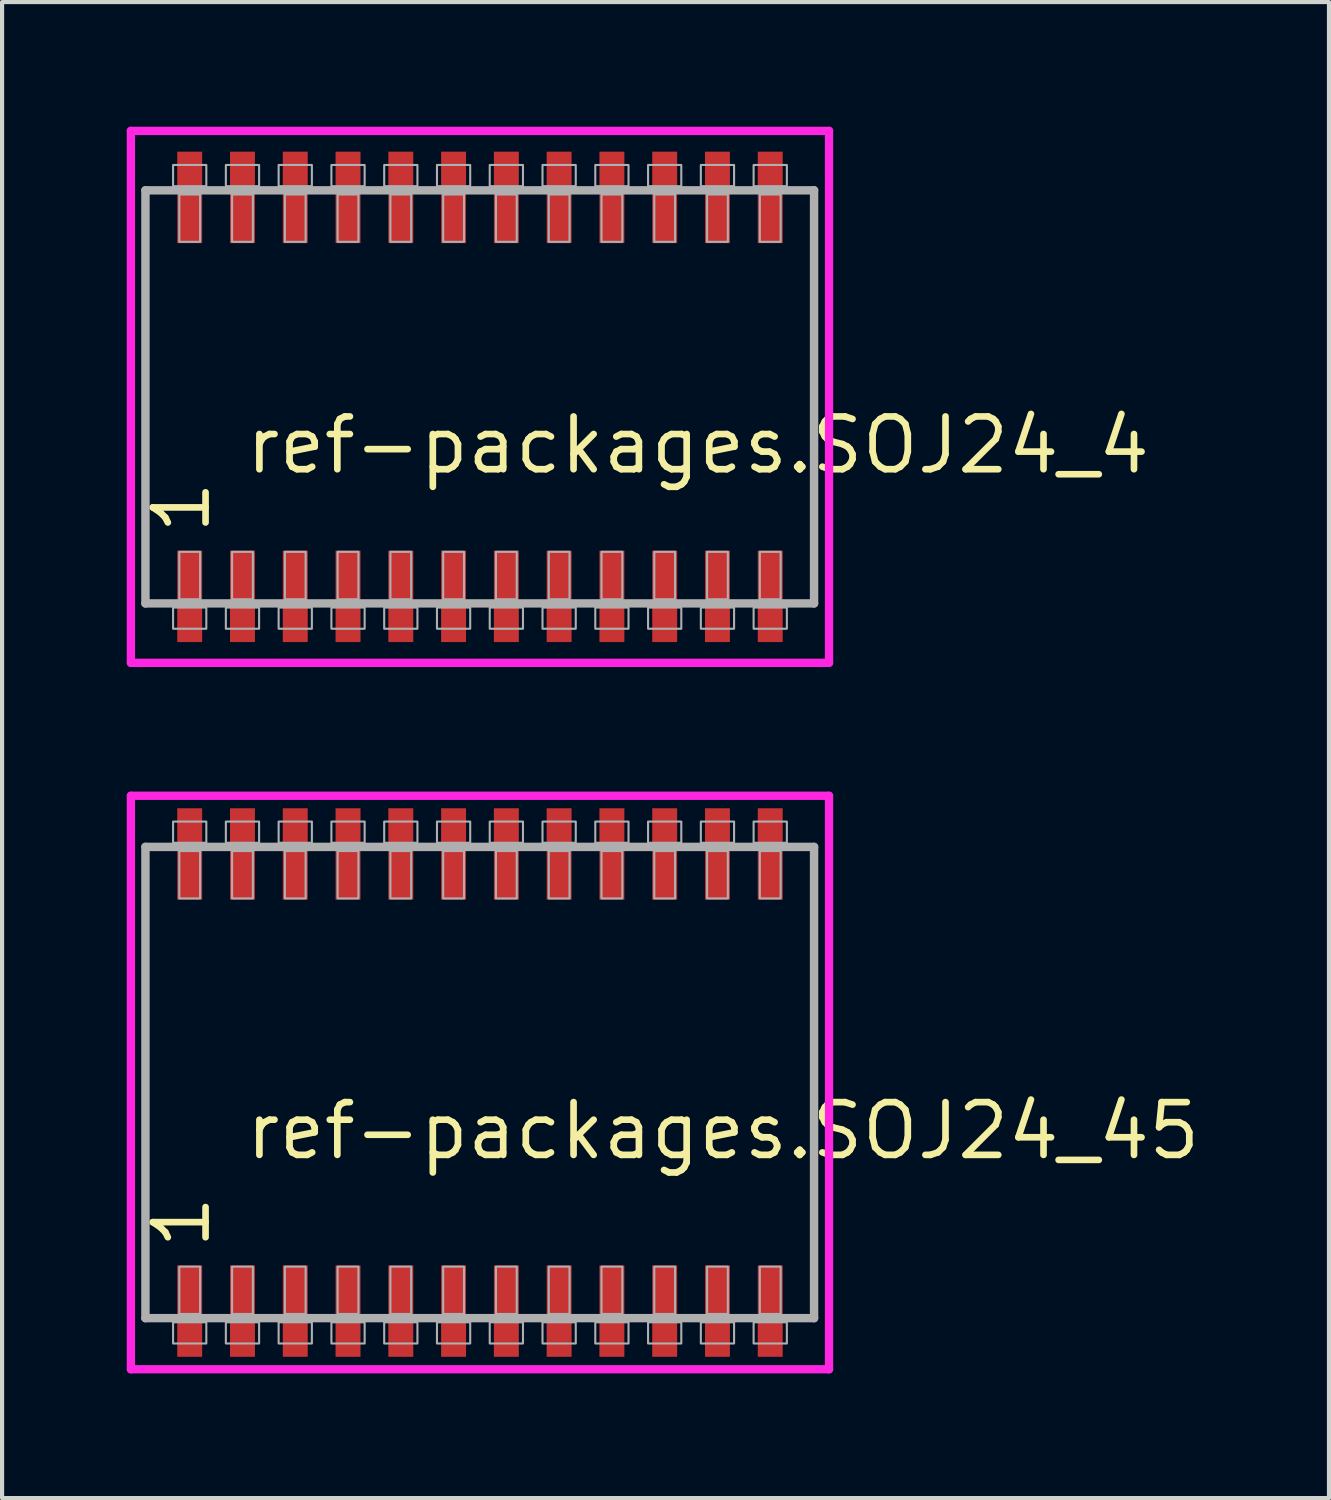
<source format=kicad_pcb>
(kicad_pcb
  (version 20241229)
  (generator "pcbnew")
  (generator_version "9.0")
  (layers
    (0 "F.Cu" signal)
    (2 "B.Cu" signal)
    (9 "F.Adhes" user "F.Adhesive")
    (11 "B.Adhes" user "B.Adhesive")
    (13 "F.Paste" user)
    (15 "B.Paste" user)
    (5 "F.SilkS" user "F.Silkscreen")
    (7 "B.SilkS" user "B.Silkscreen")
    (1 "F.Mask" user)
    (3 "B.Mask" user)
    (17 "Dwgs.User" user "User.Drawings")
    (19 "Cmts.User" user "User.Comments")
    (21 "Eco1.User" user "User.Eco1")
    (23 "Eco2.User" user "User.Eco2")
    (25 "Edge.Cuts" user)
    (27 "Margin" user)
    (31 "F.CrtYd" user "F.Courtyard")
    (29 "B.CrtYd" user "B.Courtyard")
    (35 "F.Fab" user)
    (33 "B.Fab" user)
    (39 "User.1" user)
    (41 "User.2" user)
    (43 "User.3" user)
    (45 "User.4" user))
  (footprint "ref-packages.SOJ24_4"
    (layer "F.Cu")
    (at 8.5 6.5)
    (property "Reference" "ref-packages.SOJ24_4" (at -5.715 1.905 0) (layer "F.SilkS") (effects (font (size 1.27 1.27) (thickness 0.16)) (justify left bottom)))
    (attr smd)
    (fp_line (start -8.4 -6.4) (end 8.4 -6.4) (stroke (width 0.2) (type default)) (layer "F.CrtYd"))
    (fp_line (start -8.4 6.4) (end -8.4 -6.4) (stroke (width 0.2) (type default)) (layer "F.CrtYd"))
    (fp_line (start 8.4 -6.4) (end 8.4 6.4) (stroke (width 0.2) (type default)) (layer "F.CrtYd"))
    (fp_line (start 8.4 6.4) (end -8.4 6.4) (stroke (width 0.2) (type default)) (layer "F.CrtYd"))
    (fp_line (start -8.05 -4.97) (end 8.04 -4.97) (stroke (width 0.203) (type default)) (layer "F.Fab"))
    (fp_line (start -8.05 4.97) (end -8.05 -4.97) (stroke (width 0.203) (type default)) (layer "F.Fab"))
    (fp_line (start 8.04 -4.97) (end 8.04 4.97) (stroke (width 0.203) (type default)) (layer "F.Fab"))
    (fp_line (start 8.04 4.97) (end -8.05 4.97) (stroke (width 0.203) (type default)) (layer "F.Fab"))
    (fp_rect (start -7.385 -5.07) (end -6.585 -5.58) (stroke (width 0.05) (type default)) (fill no) (layer "F.Fab"))
    (fp_rect (start -7.385 5.58) (end -6.585 5.07) (stroke (width 0.05) (type default)) (fill no) (layer "F.Fab"))
    (fp_rect (start -7.235 -3.73) (end -6.735 -4.87) (stroke (width 0.05) (type default)) (fill no) (layer "F.Fab"))
    (fp_rect (start -7.235 4.87) (end -6.735 3.73) (stroke (width 0.05) (type default)) (fill no) (layer "F.Fab"))
    (fp_rect (start -6.115 -5.07) (end -5.315 -5.58) (stroke (width 0.05) (type default)) (fill no) (layer "F.Fab"))
    (fp_rect (start -6.115 5.58) (end -5.315 5.07) (stroke (width 0.05) (type default)) (fill no) (layer "F.Fab"))
    (fp_rect (start -5.965 -3.73) (end -5.465 -4.87) (stroke (width 0.05) (type default)) (fill no) (layer "F.Fab"))
    (fp_rect (start -5.965 4.87) (end -5.465 3.73) (stroke (width 0.05) (type default)) (fill no) (layer "F.Fab"))
    (fp_rect (start -4.845 -5.07) (end -4.045 -5.58) (stroke (width 0.05) (type default)) (fill no) (layer "F.Fab"))
    (fp_rect (start -4.845 5.58) (end -4.045 5.07) (stroke (width 0.05) (type default)) (fill no) (layer "F.Fab"))
    (fp_rect (start -4.695 -3.73) (end -4.195 -4.87) (stroke (width 0.05) (type default)) (fill no) (layer "F.Fab"))
    (fp_rect (start -4.695 4.87) (end -4.195 3.73) (stroke (width 0.05) (type default)) (fill no) (layer "F.Fab"))
    (fp_rect (start -3.575 -5.07) (end -2.775 -5.58) (stroke (width 0.05) (type default)) (fill no) (layer "F.Fab"))
    (fp_rect (start -3.575 5.58) (end -2.775 5.07) (stroke (width 0.05) (type default)) (fill no) (layer "F.Fab"))
    (fp_rect (start -3.425 -3.73) (end -2.925 -4.87) (stroke (width 0.05) (type default)) (fill no) (layer "F.Fab"))
    (fp_rect (start -3.425 4.87) (end -2.925 3.73) (stroke (width 0.05) (type default)) (fill no) (layer "F.Fab"))
    (fp_rect (start -2.305 -5.07) (end -1.505 -5.58) (stroke (width 0.05) (type default)) (fill no) (layer "F.Fab"))
    (fp_rect (start -2.305 5.58) (end -1.505 5.07) (stroke (width 0.05) (type default)) (fill no) (layer "F.Fab"))
    (fp_rect (start -2.155 -3.73) (end -1.655 -4.87) (stroke (width 0.05) (type default)) (fill no) (layer "F.Fab"))
    (fp_rect (start -2.155 4.87) (end -1.655 3.73) (stroke (width 0.05) (type default)) (fill no) (layer "F.Fab"))
    (fp_rect (start -1.035 -5.07) (end -0.235 -5.58) (stroke (width 0.05) (type default)) (fill no) (layer "F.Fab"))
    (fp_rect (start -1.035 5.58) (end -0.235 5.07) (stroke (width 0.05) (type default)) (fill no) (layer "F.Fab"))
    (fp_rect (start -0.885 -3.73) (end -0.385 -4.87) (stroke (width 0.05) (type default)) (fill no) (layer "F.Fab"))
    (fp_rect (start -0.885 4.87) (end -0.385 3.73) (stroke (width 0.05) (type default)) (fill no) (layer "F.Fab"))
    (fp_rect (start 0.235 -5.07) (end 1.035 -5.58) (stroke (width 0.05) (type default)) (fill no) (layer "F.Fab"))
    (fp_rect (start 0.235 5.58) (end 1.035 5.07) (stroke (width 0.05) (type default)) (fill no) (layer "F.Fab"))
    (fp_rect (start 0.385 -3.73) (end 0.885 -4.87) (stroke (width 0.05) (type default)) (fill no) (layer "F.Fab"))
    (fp_rect (start 0.385 4.87) (end 0.885 3.73) (stroke (width 0.05) (type default)) (fill no) (layer "F.Fab"))
    (fp_rect (start 1.505 -5.07) (end 2.305 -5.58) (stroke (width 0.05) (type default)) (fill no) (layer "F.Fab"))
    (fp_rect (start 1.505 5.58) (end 2.305 5.07) (stroke (width 0.05) (type default)) (fill no) (layer "F.Fab"))
    (fp_rect (start 1.655 -3.73) (end 2.155 -4.87) (stroke (width 0.05) (type default)) (fill no) (layer "F.Fab"))
    (fp_rect (start 1.655 4.87) (end 2.155 3.73) (stroke (width 0.05) (type default)) (fill no) (layer "F.Fab"))
    (fp_rect (start 2.775 -5.07) (end 3.575 -5.58) (stroke (width 0.05) (type default)) (fill no) (layer "F.Fab"))
    (fp_rect (start 2.775 5.58) (end 3.575 5.07) (stroke (width 0.05) (type default)) (fill no) (layer "F.Fab"))
    (fp_rect (start 2.925 -3.73) (end 3.425 -4.87) (stroke (width 0.05) (type default)) (fill no) (layer "F.Fab"))
    (fp_rect (start 2.925 4.87) (end 3.425 3.73) (stroke (width 0.05) (type default)) (fill no) (layer "F.Fab"))
    (fp_rect (start 4.045 -5.07) (end 4.845 -5.58) (stroke (width 0.05) (type default)) (fill no) (layer "F.Fab"))
    (fp_rect (start 4.045 5.58) (end 4.845 5.07) (stroke (width 0.05) (type default)) (fill no) (layer "F.Fab"))
    (fp_rect (start 4.195 -3.73) (end 4.695 -4.87) (stroke (width 0.05) (type default)) (fill no) (layer "F.Fab"))
    (fp_rect (start 4.195 4.87) (end 4.695 3.73) (stroke (width 0.05) (type default)) (fill no) (layer "F.Fab"))
    (fp_rect (start 5.315 -5.07) (end 6.115 -5.58) (stroke (width 0.05) (type default)) (fill no) (layer "F.Fab"))
    (fp_rect (start 5.315 5.58) (end 6.115 5.07) (stroke (width 0.05) (type default)) (fill no) (layer "F.Fab"))
    (fp_rect (start 5.465 -3.73) (end 5.965 -4.87) (stroke (width 0.05) (type default)) (fill no) (layer "F.Fab"))
    (fp_rect (start 5.465 4.87) (end 5.965 3.73) (stroke (width 0.05) (type default)) (fill no) (layer "F.Fab"))
    (fp_rect (start 6.585 -5.07) (end 7.385 -5.58) (stroke (width 0.05) (type default)) (fill no) (layer "F.Fab"))
    (fp_rect (start 6.585 5.58) (end 7.385 5.07) (stroke (width 0.05) (type default)) (fill no) (layer "F.Fab"))
    (fp_rect (start 6.735 -3.73) (end 7.235 -4.87) (stroke (width 0.05) (type default)) (fill no) (layer "F.Fab"))
    (fp_rect (start 6.735 4.87) (end 7.235 3.73) (stroke (width 0.05) (type default)) (fill no) (layer "F.Fab"))
    (fp_text user "1" (at -6.44 3.37 90) (layer "F.SilkS") (effects (font (size 1.27 1.27) (thickness 0.16)) (justify left bottom)))
    (pad "1" smd roundrect (at -6.985 4.8) (size 0.6 2.2) (layers "F.Cu" "F.Mask" "F.Paste") (roundrect_rratio 0.01))
    (pad "2" smd roundrect (at -5.715 4.8) (size 0.6 2.2) (layers "F.Cu" "F.Mask" "F.Paste") (roundrect_rratio 0.01))
    (pad "3" smd roundrect (at -4.445 4.8) (size 0.6 2.2) (layers "F.Cu" "F.Mask" "F.Paste") (roundrect_rratio 0.01))
    (pad "4" smd roundrect (at -3.175 4.8) (size 0.6 2.2) (layers "F.Cu" "F.Mask" "F.Paste") (roundrect_rratio 0.01))
    (pad "5" smd roundrect (at -1.905 4.8) (size 0.6 2.2) (layers "F.Cu" "F.Mask" "F.Paste") (roundrect_rratio 0.01))
    (pad "6" smd roundrect (at -0.635 4.8) (size 0.6 2.2) (layers "F.Cu" "F.Mask" "F.Paste") (roundrect_rratio 0.01))
    (pad "7" smd roundrect (at 0.635 4.8) (size 0.6 2.2) (layers "F.Cu" "F.Mask" "F.Paste") (roundrect_rratio 0.01))
    (pad "8" smd roundrect (at 1.905 4.8) (size 0.6 2.2) (layers "F.Cu" "F.Mask" "F.Paste") (roundrect_rratio 0.01))
    (pad "9" smd roundrect (at 3.175 4.8) (size 0.6 2.2) (layers "F.Cu" "F.Mask" "F.Paste") (roundrect_rratio 0.01))
    (pad "10" smd roundrect (at 4.445 4.8) (size 0.6 2.2) (layers "F.Cu" "F.Mask" "F.Paste") (roundrect_rratio 0.01))
    (pad "11" smd roundrect (at 5.715 4.8) (size 0.6 2.2) (layers "F.Cu" "F.Mask" "F.Paste") (roundrect_rratio 0.01))
    (pad "12" smd roundrect (at 6.985 4.8) (size 0.6 2.2) (layers "F.Cu" "F.Mask" "F.Paste") (roundrect_rratio 0.01))
    (pad "13" smd roundrect (at 6.985 -4.8) (size 0.6 2.2) (layers "F.Cu" "F.Mask" "F.Paste") (roundrect_rratio 0.01))
    (pad "14" smd roundrect (at 5.715 -4.8) (size 0.6 2.2) (layers "F.Cu" "F.Mask" "F.Paste") (roundrect_rratio 0.01))
    (pad "15" smd roundrect (at 4.445 -4.8) (size 0.6 2.2) (layers "F.Cu" "F.Mask" "F.Paste") (roundrect_rratio 0.01))
    (pad "16" smd roundrect (at 3.175 -4.8) (size 0.6 2.2) (layers "F.Cu" "F.Mask" "F.Paste") (roundrect_rratio 0.01))
    (pad "17" smd roundrect (at 1.905 -4.8) (size 0.6 2.2) (layers "F.Cu" "F.Mask" "F.Paste") (roundrect_rratio 0.01))
    (pad "18" smd roundrect (at 0.635 -4.8) (size 0.6 2.2) (layers "F.Cu" "F.Mask" "F.Paste") (roundrect_rratio 0.01))
    (pad "19" smd roundrect (at -0.635 -4.8) (size 0.6 2.2) (layers "F.Cu" "F.Mask" "F.Paste") (roundrect_rratio 0.01))
    (pad "20" smd roundrect (at -1.905 -4.8) (size 0.6 2.2) (layers "F.Cu" "F.Mask" "F.Paste") (roundrect_rratio 0.01))
    (pad "21" smd roundrect (at -3.175 -4.8) (size 0.6 2.2) (layers "F.Cu" "F.Mask" "F.Paste") (roundrect_rratio 0.01))
    (pad "22" smd roundrect (at -4.445 -4.8) (size 0.6 2.2) (layers "F.Cu" "F.Mask" "F.Paste") (roundrect_rratio 0.01))
    (pad "23" smd roundrect (at -5.715 -4.8) (size 0.6 2.2) (layers "F.Cu" "F.Mask" "F.Paste") (roundrect_rratio 0.01))
    (pad "24" smd roundrect (at -6.985 -4.8) (size 0.6 2.2) (layers "F.Cu" "F.Mask" "F.Paste") (roundrect_rratio 0.01)))
  (footprint "ref-packages.SOJ24_45"
    (layer "F.Cu")
    (at 8.5 23)
    (property "Reference" "ref-packages.SOJ24_45" (at -5.715 1.905 0) (layer "F.SilkS") (effects (font (size 1.27 1.27) (thickness 0.16)) (justify left bottom)))
    (attr smd)
    (fp_line (start -8.4 -6.9) (end 8.4 -6.9) (stroke (width 0.2) (type default)) (layer "F.CrtYd"))
    (fp_line (start -8.4 6.9) (end -8.4 -6.9) (stroke (width 0.2) (type default)) (layer "F.CrtYd"))
    (fp_line (start 8.4 -6.9) (end 8.4 6.9) (stroke (width 0.2) (type default)) (layer "F.CrtYd"))
    (fp_line (start 8.4 6.9) (end -8.4 6.9) (stroke (width 0.2) (type default)) (layer "F.CrtYd"))
    (fp_line (start -8.05 -5.67) (end 8.04 -5.67) (stroke (width 0.203) (type default)) (layer "F.Fab"))
    (fp_line (start -8.05 5.67) (end -8.05 -5.67) (stroke (width 0.203) (type default)) (layer "F.Fab"))
    (fp_line (start 8.04 -5.67) (end 8.04 5.67) (stroke (width 0.203) (type default)) (layer "F.Fab"))
    (fp_line (start 8.04 5.67) (end -8.05 5.67) (stroke (width 0.203) (type default)) (layer "F.Fab"))
    (fp_rect (start -7.385 -5.77) (end -6.585 -6.28) (stroke (width 0.05) (type default)) (fill no) (layer "F.Fab"))
    (fp_rect (start -7.385 6.28) (end -6.585 5.77) (stroke (width 0.05) (type default)) (fill no) (layer "F.Fab"))
    (fp_rect (start -7.235 -4.43) (end -6.735 -5.57) (stroke (width 0.05) (type default)) (fill no) (layer "F.Fab"))
    (fp_rect (start -7.235 5.57) (end -6.735 4.43) (stroke (width 0.05) (type default)) (fill no) (layer "F.Fab"))
    (fp_rect (start -6.115 -5.77) (end -5.315 -6.28) (stroke (width 0.05) (type default)) (fill no) (layer "F.Fab"))
    (fp_rect (start -6.115 6.28) (end -5.315 5.77) (stroke (width 0.05) (type default)) (fill no) (layer "F.Fab"))
    (fp_rect (start -5.965 -4.43) (end -5.465 -5.57) (stroke (width 0.05) (type default)) (fill no) (layer "F.Fab"))
    (fp_rect (start -5.965 5.57) (end -5.465 4.43) (stroke (width 0.05) (type default)) (fill no) (layer "F.Fab"))
    (fp_rect (start -4.845 -5.77) (end -4.045 -6.28) (stroke (width 0.05) (type default)) (fill no) (layer "F.Fab"))
    (fp_rect (start -4.845 6.28) (end -4.045 5.77) (stroke (width 0.05) (type default)) (fill no) (layer "F.Fab"))
    (fp_rect (start -4.695 -4.43) (end -4.195 -5.57) (stroke (width 0.05) (type default)) (fill no) (layer "F.Fab"))
    (fp_rect (start -4.695 5.57) (end -4.195 4.43) (stroke (width 0.05) (type default)) (fill no) (layer "F.Fab"))
    (fp_rect (start -3.575 -5.77) (end -2.775 -6.28) (stroke (width 0.05) (type default)) (fill no) (layer "F.Fab"))
    (fp_rect (start -3.575 6.28) (end -2.775 5.77) (stroke (width 0.05) (type default)) (fill no) (layer "F.Fab"))
    (fp_rect (start -3.425 -4.43) (end -2.925 -5.57) (stroke (width 0.05) (type default)) (fill no) (layer "F.Fab"))
    (fp_rect (start -3.425 5.57) (end -2.925 4.43) (stroke (width 0.05) (type default)) (fill no) (layer "F.Fab"))
    (fp_rect (start -2.305 -5.77) (end -1.505 -6.28) (stroke (width 0.05) (type default)) (fill no) (layer "F.Fab"))
    (fp_rect (start -2.305 6.28) (end -1.505 5.77) (stroke (width 0.05) (type default)) (fill no) (layer "F.Fab"))
    (fp_rect (start -2.155 -4.43) (end -1.655 -5.57) (stroke (width 0.05) (type default)) (fill no) (layer "F.Fab"))
    (fp_rect (start -2.155 5.57) (end -1.655 4.43) (stroke (width 0.05) (type default)) (fill no) (layer "F.Fab"))
    (fp_rect (start -1.035 -5.77) (end -0.235 -6.28) (stroke (width 0.05) (type default)) (fill no) (layer "F.Fab"))
    (fp_rect (start -1.035 6.28) (end -0.235 5.77) (stroke (width 0.05) (type default)) (fill no) (layer "F.Fab"))
    (fp_rect (start -0.885 -4.43) (end -0.385 -5.57) (stroke (width 0.05) (type default)) (fill no) (layer "F.Fab"))
    (fp_rect (start -0.885 5.57) (end -0.385 4.43) (stroke (width 0.05) (type default)) (fill no) (layer "F.Fab"))
    (fp_rect (start 0.235 -5.77) (end 1.035 -6.28) (stroke (width 0.05) (type default)) (fill no) (layer "F.Fab"))
    (fp_rect (start 0.235 6.28) (end 1.035 5.77) (stroke (width 0.05) (type default)) (fill no) (layer "F.Fab"))
    (fp_rect (start 0.385 -4.43) (end 0.885 -5.57) (stroke (width 0.05) (type default)) (fill no) (layer "F.Fab"))
    (fp_rect (start 0.385 5.57) (end 0.885 4.43) (stroke (width 0.05) (type default)) (fill no) (layer "F.Fab"))
    (fp_rect (start 1.505 -5.77) (end 2.305 -6.28) (stroke (width 0.05) (type default)) (fill no) (layer "F.Fab"))
    (fp_rect (start 1.505 6.28) (end 2.305 5.77) (stroke (width 0.05) (type default)) (fill no) (layer "F.Fab"))
    (fp_rect (start 1.655 -4.43) (end 2.155 -5.57) (stroke (width 0.05) (type default)) (fill no) (layer "F.Fab"))
    (fp_rect (start 1.655 5.57) (end 2.155 4.43) (stroke (width 0.05) (type default)) (fill no) (layer "F.Fab"))
    (fp_rect (start 2.775 -5.77) (end 3.575 -6.28) (stroke (width 0.05) (type default)) (fill no) (layer "F.Fab"))
    (fp_rect (start 2.775 6.28) (end 3.575 5.77) (stroke (width 0.05) (type default)) (fill no) (layer "F.Fab"))
    (fp_rect (start 2.925 -4.43) (end 3.425 -5.57) (stroke (width 0.05) (type default)) (fill no) (layer "F.Fab"))
    (fp_rect (start 2.925 5.57) (end 3.425 4.43) (stroke (width 0.05) (type default)) (fill no) (layer "F.Fab"))
    (fp_rect (start 4.045 -5.77) (end 4.845 -6.28) (stroke (width 0.05) (type default)) (fill no) (layer "F.Fab"))
    (fp_rect (start 4.045 6.28) (end 4.845 5.77) (stroke (width 0.05) (type default)) (fill no) (layer "F.Fab"))
    (fp_rect (start 4.195 -4.43) (end 4.695 -5.57) (stroke (width 0.05) (type default)) (fill no) (layer "F.Fab"))
    (fp_rect (start 4.195 5.57) (end 4.695 4.43) (stroke (width 0.05) (type default)) (fill no) (layer "F.Fab"))
    (fp_rect (start 5.315 -5.77) (end 6.115 -6.28) (stroke (width 0.05) (type default)) (fill no) (layer "F.Fab"))
    (fp_rect (start 5.315 6.28) (end 6.115 5.77) (stroke (width 0.05) (type default)) (fill no) (layer "F.Fab"))
    (fp_rect (start 5.465 -4.43) (end 5.965 -5.57) (stroke (width 0.05) (type default)) (fill no) (layer "F.Fab"))
    (fp_rect (start 5.465 5.57) (end 5.965 4.43) (stroke (width 0.05) (type default)) (fill no) (layer "F.Fab"))
    (fp_rect (start 6.585 -5.77) (end 7.385 -6.28) (stroke (width 0.05) (type default)) (fill no) (layer "F.Fab"))
    (fp_rect (start 6.585 6.28) (end 7.385 5.77) (stroke (width 0.05) (type default)) (fill no) (layer "F.Fab"))
    (fp_rect (start 6.735 -4.43) (end 7.235 -5.57) (stroke (width 0.05) (type default)) (fill no) (layer "F.Fab"))
    (fp_rect (start 6.735 5.57) (end 7.235 4.43) (stroke (width 0.05) (type default)) (fill no) (layer "F.Fab"))
    (fp_text user "1" (at -6.44 4.07 90) (layer "F.SilkS") (effects (font (size 1.27 1.27) (thickness 0.16)) (justify left bottom)))
    (pad "1" smd roundrect (at -6.985 5.5) (size 0.6 2.2) (layers "F.Cu" "F.Mask" "F.Paste") (roundrect_rratio 0.01))
    (pad "2" smd roundrect (at -5.715 5.5) (size 0.6 2.2) (layers "F.Cu" "F.Mask" "F.Paste") (roundrect_rratio 0.01))
    (pad "3" smd roundrect (at -4.445 5.5) (size 0.6 2.2) (layers "F.Cu" "F.Mask" "F.Paste") (roundrect_rratio 0.01))
    (pad "4" smd roundrect (at -3.175 5.5) (size 0.6 2.2) (layers "F.Cu" "F.Mask" "F.Paste") (roundrect_rratio 0.01))
    (pad "5" smd roundrect (at -1.905 5.5) (size 0.6 2.2) (layers "F.Cu" "F.Mask" "F.Paste") (roundrect_rratio 0.01))
    (pad "6" smd roundrect (at -0.635 5.5) (size 0.6 2.2) (layers "F.Cu" "F.Mask" "F.Paste") (roundrect_rratio 0.01))
    (pad "7" smd roundrect (at 0.635 5.5) (size 0.6 2.2) (layers "F.Cu" "F.Mask" "F.Paste") (roundrect_rratio 0.01))
    (pad "8" smd roundrect (at 1.905 5.5) (size 0.6 2.2) (layers "F.Cu" "F.Mask" "F.Paste") (roundrect_rratio 0.01))
    (pad "9" smd roundrect (at 3.175 5.5) (size 0.6 2.2) (layers "F.Cu" "F.Mask" "F.Paste") (roundrect_rratio 0.01))
    (pad "10" smd roundrect (at 4.445 5.5) (size 0.6 2.2) (layers "F.Cu" "F.Mask" "F.Paste") (roundrect_rratio 0.01))
    (pad "11" smd roundrect (at 5.715 5.5) (size 0.6 2.2) (layers "F.Cu" "F.Mask" "F.Paste") (roundrect_rratio 0.01))
    (pad "12" smd roundrect (at 6.985 5.5) (size 0.6 2.2) (layers "F.Cu" "F.Mask" "F.Paste") (roundrect_rratio 0.01))
    (pad "13" smd roundrect (at 6.985 -5.5) (size 0.6 2.2) (layers "F.Cu" "F.Mask" "F.Paste") (roundrect_rratio 0.01))
    (pad "14" smd roundrect (at 5.715 -5.5) (size 0.6 2.2) (layers "F.Cu" "F.Mask" "F.Paste") (roundrect_rratio 0.01))
    (pad "15" smd roundrect (at 4.445 -5.5) (size 0.6 2.2) (layers "F.Cu" "F.Mask" "F.Paste") (roundrect_rratio 0.01))
    (pad "16" smd roundrect (at 3.175 -5.5) (size 0.6 2.2) (layers "F.Cu" "F.Mask" "F.Paste") (roundrect_rratio 0.01))
    (pad "17" smd roundrect (at 1.905 -5.5) (size 0.6 2.2) (layers "F.Cu" "F.Mask" "F.Paste") (roundrect_rratio 0.01))
    (pad "18" smd roundrect (at 0.635 -5.5) (size 0.6 2.2) (layers "F.Cu" "F.Mask" "F.Paste") (roundrect_rratio 0.01))
    (pad "19" smd roundrect (at -0.635 -5.5) (size 0.6 2.2) (layers "F.Cu" "F.Mask" "F.Paste") (roundrect_rratio 0.01))
    (pad "20" smd roundrect (at -1.905 -5.5) (size 0.6 2.2) (layers "F.Cu" "F.Mask" "F.Paste") (roundrect_rratio 0.01))
    (pad "21" smd roundrect (at -3.175 -5.5) (size 0.6 2.2) (layers "F.Cu" "F.Mask" "F.Paste") (roundrect_rratio 0.01))
    (pad "22" smd roundrect (at -4.445 -5.5) (size 0.6 2.2) (layers "F.Cu" "F.Mask" "F.Paste") (roundrect_rratio 0.01))
    (pad "23" smd roundrect (at -5.715 -5.5) (size 0.6 2.2) (layers "F.Cu" "F.Mask" "F.Paste") (roundrect_rratio 0.01))
    (pad "24" smd roundrect (at -6.985 -5.5) (size 0.6 2.2) (layers "F.Cu" "F.Mask" "F.Paste") (roundrect_rratio 0.01)))
  (gr_rect
    (start -3 -3)
    (end 28.931 33)
    (stroke (width 0.1) (type default))
    (fill no)
    (layer "Edge.Cuts")))
</source>
